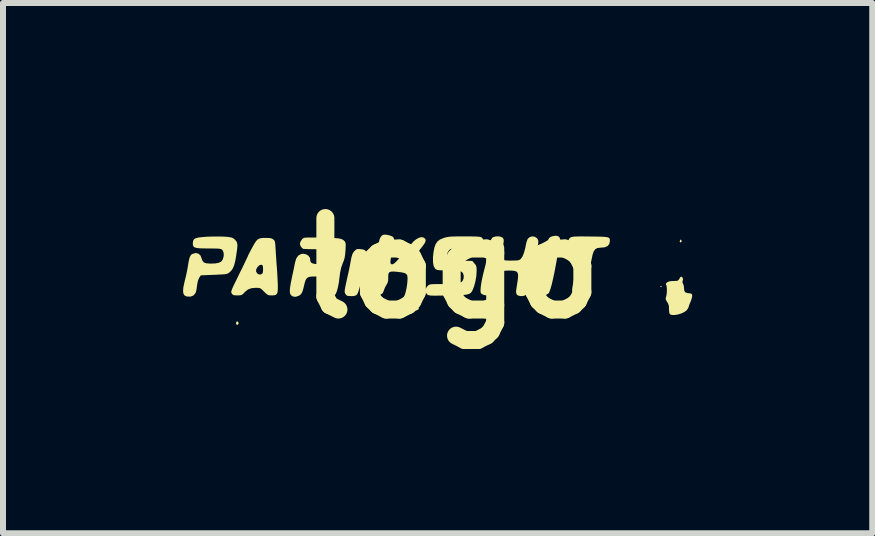
<source format=kicad_pcb>
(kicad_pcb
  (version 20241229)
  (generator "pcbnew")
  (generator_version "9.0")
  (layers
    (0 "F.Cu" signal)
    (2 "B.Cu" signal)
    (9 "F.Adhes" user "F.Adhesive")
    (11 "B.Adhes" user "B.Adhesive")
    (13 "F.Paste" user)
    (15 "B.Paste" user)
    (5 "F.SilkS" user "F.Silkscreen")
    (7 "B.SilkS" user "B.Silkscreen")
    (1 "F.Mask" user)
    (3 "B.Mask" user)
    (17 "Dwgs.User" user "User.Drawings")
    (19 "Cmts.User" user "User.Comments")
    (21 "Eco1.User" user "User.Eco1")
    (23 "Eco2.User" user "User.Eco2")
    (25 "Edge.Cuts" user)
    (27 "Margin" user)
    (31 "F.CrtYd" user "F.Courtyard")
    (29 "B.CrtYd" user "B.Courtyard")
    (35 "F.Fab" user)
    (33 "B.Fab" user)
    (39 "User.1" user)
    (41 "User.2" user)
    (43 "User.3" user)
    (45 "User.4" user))
  (footprint "logo"
    (layer "F.Cu")
    (at 4.476 1.418)
    (property "Reference" "logo" (at 0 0 0) (layer "F.SilkS") (effects (font (size 1.524 1.524) (thickness 0.3))))
    (attr board_only exclude_from_pos_files exclude_from_bom)
    (fp_poly (pts (xy 3.486 0.298) (xy 3.504 0.308) (xy 3.501 0.315) (xy 3.494 0.315) (xy 3.477 0.306) (xy 3.475 0.303) (xy 3.477 0.296)) (stroke (width 0) (type solid)) (fill yes) (layer "F.SilkS"))
    (fp_poly (pts (xy 3.821 -0.473) (xy 3.833 -0.455) (xy 3.829 -0.437) (xy 3.814 -0.429) (xy 3.799 -0.436) (xy 3.801 -0.449) (xy 3.808 -0.469) (xy 3.809 -0.475) (xy 3.817 -0.475)) (stroke (width 0) (type solid)) (fill yes) (layer "F.SilkS"))
    (fp_poly (pts (xy -3.564 0.889) (xy -3.552 0.905) (xy -3.552 0.928) (xy -3.553 0.929) (xy -3.568 0.945) (xy -3.585 0.942) (xy -3.594 0.922) (xy -3.594 0.921) (xy -3.588 0.897) (xy -3.58 0.888)) (stroke (width 0) (type solid)) (fill yes) (layer "F.SilkS"))
    (fp_poly (pts (xy -0.563 0.648) (xy -0.546 0.663) (xy -0.553 0.685) (xy -0.555 0.688) (xy -0.579 0.702) (xy -0.609 0.706) (xy -0.634 0.699) (xy -0.635 0.698) (xy -0.642 0.679) (xy -0.643 0.666) (xy -0.637 0.65) (xy -0.615 0.644) (xy -0.6 0.643)) (stroke (width 0) (type solid)) (fill yes) (layer "F.SilkS"))
    (fp_poly (pts (xy 1.776 -0.532) (xy 1.802 -0.505) (xy 1.81 -0.458) (xy 1.801 -0.394) (xy 1.8 -0.389) (xy 1.788 -0.338) (xy 1.775 -0.275) (xy 1.763 -0.209) (xy 1.76 -0.189) (xy 1.736 -0.055) (xy 1.713 0.066) (xy 1.69 0.174) (xy 1.669 0.265) (xy 1.649 0.337) (xy 1.631 0.389) (xy 1.617 0.418) (xy 1.615 0.419) (xy 1.573 0.447) (xy 1.523 0.456) (xy 1.478 0.445) (xy 1.45 0.426) (xy 1.434 0.404) (xy 1.434 0.403) (xy 1.433 0.375) (xy 1.44 0.323) (xy 1.453 0.248) (xy 1.474 0.149) (xy 1.495 0.057) (xy 1.518 -0.045) (xy 1.537 -0.127) (xy 1.551 -0.194) (xy 1.563 -0.25) (xy 1.572 -0.3) (xy 1.58 -0.349) (xy 1.582 -0.36) (xy 1.594 -0.426) (xy 1.607 -0.471) (xy 1.623 -0.5) (xy 1.645 -0.519) (xy 1.676 -0.531) (xy 1.735 -0.541)) (stroke (width 0) (type solid)) (fill yes) (layer "F.SilkS"))
    (fp_poly (pts (xy -1.514 -0.316) (xy -1.471 -0.31) (xy -1.446 -0.299) (xy -1.43 -0.281) (xy -1.428 -0.277) (xy -1.418 -0.24) (xy -1.417 -0.186) (xy -1.425 -0.125) (xy -1.44 -0.063) (xy -1.444 -0.05) (xy -1.459 -0.001) (xy -1.473 0.053) (xy -1.476 0.069) (xy -1.496 0.165) (xy -1.515 0.251) (xy -1.535 0.326) (xy -1.553 0.385) (xy -1.569 0.425) (xy -1.578 0.44) (xy -1.601 0.457) (xy -1.634 0.465) (xy -1.668 0.466) (xy -1.709 0.465) (xy -1.739 0.46) (xy -1.748 0.457) (xy -1.764 0.439) (xy -1.776 0.42) (xy -1.781 0.409) (xy -1.783 0.394) (xy -1.782 0.373) (xy -1.778 0.342) (xy -1.77 0.299) (xy -1.757 0.239) (xy -1.74 0.161) (xy -1.722 0.082) (xy -1.712 0.035) (xy -1.699 -0.027) (xy -1.687 -0.092) (xy -1.682 -0.119) (xy -1.67 -0.18) (xy -1.658 -0.222) (xy -1.645 -0.252) (xy -1.628 -0.276) (xy -1.621 -0.284) (xy -1.597 -0.307) (xy -1.576 -0.317) (xy -1.547 -0.319)) (stroke (width 0) (type solid)) (fill yes) (layer "F.SilkS"))
    (fp_poly (pts (xy 3.842 0.152) (xy 3.847 0.158) (xy 3.856 0.183) (xy 3.85 0.206) (xy 3.844 0.236) (xy 3.854 0.258) (xy 3.866 0.286) (xy 3.871 0.325) (xy 3.872 0.335) (xy 3.876 0.378) (xy 3.893 0.402) (xy 3.926 0.415) (xy 3.954 0.418) (xy 3.987 0.423) (xy 4.003 0.435) (xy 4.008 0.455) (xy 4.005 0.484) (xy 3.993 0.526) (xy 3.98 0.561) (xy 3.963 0.602) (xy 3.951 0.635) (xy 3.947 0.651) (xy 3.939 0.67) (xy 3.919 0.697) (xy 3.913 0.704) (xy 3.877 0.731) (xy 3.829 0.754) (xy 3.775 0.771) (xy 3.722 0.78) (xy 3.675 0.781) (xy 3.642 0.772) (xy 3.634 0.765) (xy 3.626 0.743) (xy 3.622 0.706) (xy 3.621 0.68) (xy 3.619 0.63) (xy 3.607 0.592) (xy 3.59 0.563) (xy 3.57 0.53) (xy 3.565 0.506) (xy 3.571 0.482) (xy 3.58 0.447) (xy 3.585 0.401) (xy 3.586 0.353) (xy 3.583 0.311) (xy 3.577 0.282) (xy 3.573 0.276) (xy 3.567 0.262) (xy 3.58 0.244) (xy 3.588 0.238) (xy 3.617 0.223) (xy 3.661 0.215) (xy 3.695 0.214) (xy 3.738 0.213) (xy 3.764 0.209) (xy 3.78 0.197) (xy 3.794 0.177) (xy 3.812 0.148) (xy 3.826 0.141)) (stroke (width 0) (type solid)) (fill yes) (layer "F.SilkS"))
    (fp_poly (pts (xy 2.242 -0.528) (xy 2.33 -0.527) (xy 2.426 -0.526) (xy 2.499 -0.524) (xy 2.552 -0.521) (xy 2.59 -0.516) (xy 2.614 -0.509) (xy 2.628 -0.498) (xy 2.634 -0.483) (xy 2.636 -0.463) (xy 2.636 -0.45) (xy 2.626 -0.402) (xy 2.597 -0.367) (xy 2.548 -0.347) (xy 2.478 -0.341) (xy 2.477 -0.341) (xy 2.429 -0.335) (xy 2.393 -0.316) (xy 2.367 -0.281) (xy 2.348 -0.225) (xy 2.339 -0.183) (xy 2.326 -0.119) (xy 2.31 -0.051) (xy 2.295 0.006) (xy 2.28 0.068) (xy 2.265 0.136) (xy 2.257 0.183) (xy 2.248 0.234) (xy 2.239 0.279) (xy 2.232 0.309) (xy 2.222 0.349) (xy 2.214 0.381) (xy 2.195 0.414) (xy 2.16 0.439) (xy 2.116 0.452) (xy 2.072 0.453) (xy 2.035 0.439) (xy 2.026 0.431) (xy 2.014 0.413) (xy 2.008 0.39) (xy 2.007 0.357) (xy 2.013 0.311) (xy 2.025 0.247) (xy 2.036 0.197) (xy 2.049 0.134) (xy 2.061 0.074) (xy 2.071 0.025) (xy 2.075 0) (xy 2.082 -0.041) (xy 2.094 -0.095) (xy 2.107 -0.151) (xy 2.107 -0.153) (xy 2.124 -0.228) (xy 2.131 -0.282) (xy 2.129 -0.319) (xy 2.117 -0.342) (xy 2.099 -0.353) (xy 2.061 -0.363) (xy 2.031 -0.366) (xy 1.979 -0.373) (xy 1.947 -0.394) (xy 1.937 -0.427) (xy 1.949 -0.472) (xy 1.949 -0.473) (xy 1.958 -0.49) (xy 1.97 -0.504) (xy 1.985 -0.514) (xy 2.009 -0.521) (xy 2.044 -0.526) (xy 2.092 -0.528) (xy 2.157 -0.529)) (stroke (width 0) (type solid)) (fill yes) (layer "F.SilkS"))
    (fp_poly (pts (xy -3.037 -0.502) (xy -3.001 -0.495) (xy -2.974 -0.48) (xy -2.973 -0.479) (xy -2.96 -0.467) (xy -2.95 -0.453) (xy -2.944 -0.431) (xy -2.939 -0.397) (xy -2.936 -0.346) (xy -2.933 -0.3) (xy -2.928 -0.22) (xy -2.922 -0.131) (xy -2.916 -0.045) (xy -2.912 0) (xy -2.907 0.077) (xy -2.902 0.164) (xy -2.898 0.246) (xy -2.897 0.282) (xy -2.897 0.351) (xy -2.901 0.398) (xy -2.912 0.429) (xy -2.932 0.445) (xy -2.963 0.453) (xy -3.004 0.454) (xy -3.038 0.453) (xy -3.064 0.445) (xy -3.088 0.428) (xy -3.121 0.397) (xy -3.127 0.391) (xy -3.16 0.358) (xy -3.184 0.339) (xy -3.209 0.33) (xy -3.243 0.328) (xy -3.265 0.328) (xy -3.336 0.334) (xy -3.393 0.355) (xy -3.442 0.393) (xy -3.458 0.411) (xy -3.482 0.435) (xy -3.504 0.448) (xy -3.534 0.453) (xy -3.57 0.454) (xy -3.614 0.453) (xy -3.64 0.447) (xy -3.656 0.434) (xy -3.664 0.423) (xy -3.67 0.413) (xy -3.673 0.402) (xy -3.672 0.386) (xy -3.665 0.364) (xy -3.653 0.333) (xy -3.633 0.289) (xy -3.604 0.23) (xy -3.566 0.152) (xy -3.539 0.096) (xy -3.516 0.049) (xy -3.26 0.049) (xy -3.259 0.056) (xy -3.24 0.088) (xy -3.21 0.105) (xy -3.178 0.105) (xy -3.151 0.085) (xy -3.15 0.083) (xy -3.145 0.063) (xy -3.143 0.028) (xy -3.143 0.006) (xy -3.146 -0.031) (xy -3.153 -0.05) (xy -3.167 -0.056) (xy -3.178 -0.057) (xy -3.207 -0.046) (xy -3.235 -0.019) (xy -3.255 0.016) (xy -3.26 0.049) (xy -3.516 0.049) (xy -3.499 0.016) (xy -3.464 -0.056) (xy -3.435 -0.118) (xy -3.412 -0.166) (xy -3.397 -0.197) (xy -3.393 -0.209) (xy -3.387 -0.222) (xy -3.371 -0.253) (xy -3.348 -0.297) (xy -3.321 -0.347) (xy -3.286 -0.41) (xy -3.257 -0.453) (xy -3.229 -0.481) (xy -3.196 -0.496) (xy -3.154 -0.503) (xy -3.097 -0.504) (xy -3.09 -0.504)) (stroke (width 0) (type solid)) (fill yes) (layer "F.SilkS"))
    (fp_poly (pts (xy -3.805 -0.526) (xy -3.736 -0.521) (xy -3.709 -0.518) (xy -3.661 -0.508) (xy -3.628 -0.49) (xy -3.605 -0.468) (xy -3.588 -0.447) (xy -3.577 -0.425) (xy -3.571 -0.399) (xy -3.571 -0.362) (xy -3.576 -0.311) (xy -3.586 -0.241) (xy -3.589 -0.216) (xy -3.605 -0.125) (xy -3.622 -0.056) (xy -3.643 -0.003) (xy -3.667 0.036) (xy -3.697 0.066) (xy -3.714 0.079) (xy -3.73 0.089) (xy -3.75 0.096) (xy -3.777 0.101) (xy -3.817 0.104) (xy -3.873 0.107) (xy -3.949 0.111) (xy -3.961 0.111) (xy -4.18 0.12) (xy -4.207 0.16) (xy -4.229 0.211) (xy -4.242 0.285) (xy -4.243 0.292) (xy -4.25 0.343) (xy -4.259 0.387) (xy -4.269 0.416) (xy -4.269 0.416) (xy -4.302 0.455) (xy -4.35 0.474) (xy -4.409 0.473) (xy -4.42 0.47) (xy -4.451 0.455) (xy -4.47 0.425) (xy -4.476 0.379) (xy -4.47 0.315) (xy -4.452 0.231) (xy -4.445 0.202) (xy -4.427 0.13) (xy -4.41 0.049) (xy -4.396 -0.026) (xy -4.394 -0.041) (xy -4.382 -0.114) (xy -4.37 -0.165) (xy -4.357 -0.2) (xy -4.341 -0.223) (xy -4.32 -0.237) (xy -4.318 -0.238) (xy -4.265 -0.252) (xy -4.22 -0.242) (xy -4.185 -0.21) (xy -4.165 -0.159) (xy -4.165 -0.158) (xy -4.152 -0.12) (xy -4.128 -0.095) (xy -4.089 -0.081) (xy -4.03 -0.076) (xy -4.011 -0.076) (xy -3.934 -0.079) (xy -3.879 -0.09) (xy -3.841 -0.109) (xy -3.818 -0.138) (xy -3.814 -0.146) (xy -3.798 -0.202) (xy -3.799 -0.254) (xy -3.815 -0.295) (xy -3.821 -0.303) (xy -3.833 -0.312) (xy -3.847 -0.319) (xy -3.87 -0.323) (xy -3.903 -0.326) (xy -3.953 -0.327) (xy -4.022 -0.328) (xy -4.052 -0.328) (xy -4.14 -0.329) (xy -4.205 -0.331) (xy -4.252 -0.337) (xy -4.283 -0.346) (xy -4.302 -0.361) (xy -4.311 -0.381) (xy -4.313 -0.409) (xy -4.313 -0.415) (xy -4.309 -0.453) (xy -4.294 -0.48) (xy -4.264 -0.499) (xy -4.215 -0.511) (xy -4.152 -0.518) (xy -4.069 -0.524) (xy -3.979 -0.527) (xy -3.889 -0.527)) (stroke (width 0) (type solid)) (fill yes) (layer "F.SilkS"))
    (fp_poly (pts (xy -2.266 -0.51) (xy -2.19 -0.509) (xy -2.112 -0.507) (xy -2.038 -0.505) (xy -1.971 -0.502) (xy -1.917 -0.499) (xy -1.893 -0.497) (xy -1.841 -0.487) (xy -1.805 -0.468) (xy -1.794 -0.458) (xy -1.779 -0.442) (xy -1.771 -0.427) (xy -1.766 -0.405) (xy -1.766 -0.372) (xy -1.768 -0.321) (xy -1.769 -0.298) (xy -1.775 -0.229) (xy -1.783 -0.175) (xy -1.797 -0.127) (xy -1.816 -0.079) (xy -1.842 -0.005) (xy -1.859 0.075) (xy -1.867 0.136) (xy -1.879 0.234) (xy -1.895 0.319) (xy -1.913 0.385) (xy -1.932 0.431) (xy -1.935 0.435) (xy -1.965 0.461) (xy -2.008 0.476) (xy -2.052 0.474) (xy -2.056 0.473) (xy -2.088 0.45) (xy -2.107 0.41) (xy -2.11 0.354) (xy -2.106 0.327) (xy -2.095 0.256) (xy -2.095 0.205) (xy -2.108 0.172) (xy -2.137 0.151) (xy -2.186 0.142) (xy -2.257 0.139) (xy -2.265 0.139) (xy -2.332 0.14) (xy -2.379 0.147) (xy -2.41 0.164) (xy -2.431 0.193) (xy -2.447 0.239) (xy -2.458 0.284) (xy -2.474 0.35) (xy -2.489 0.396) (xy -2.506 0.427) (xy -2.527 0.448) (xy -2.547 0.46) (xy -2.6 0.478) (xy -2.647 0.472) (xy -2.675 0.452) (xy -2.688 0.434) (xy -2.696 0.407) (xy -2.697 0.37) (xy -2.692 0.319) (xy -2.681 0.25) (xy -2.663 0.161) (xy -2.657 0.132) (xy -2.642 0.065) (xy -2.628 -0.002) (xy -2.617 -0.059) (xy -2.61 -0.094) (xy -2.589 -0.163) (xy -2.556 -0.209) (xy -2.511 -0.235) (xy -2.472 -0.24) (xy -2.424 -0.23) (xy -2.386 -0.206) (xy -2.362 -0.171) (xy -2.358 -0.148) (xy -2.355 -0.115) (xy -2.341 -0.092) (xy -2.313 -0.077) (xy -2.267 -0.069) (xy -2.204 -0.065) (xy -2.147 -0.064) (xy -2.11 -0.065) (xy -2.085 -0.069) (xy -2.066 -0.078) (xy -2.05 -0.091) (xy -2.021 -0.131) (xy -2.007 -0.182) (xy -2.009 -0.235) (xy -2.029 -0.28) (xy -2.03 -0.281) (xy -2.058 -0.315) (xy -2.257 -0.315) (xy -2.327 -0.316) (xy -2.389 -0.317) (xy -2.438 -0.319) (xy -2.469 -0.322) (xy -2.478 -0.323) (xy -2.497 -0.339) (xy -2.517 -0.367) (xy -2.517 -0.368) (xy -2.528 -0.395) (xy -2.528 -0.417) (xy -2.515 -0.448) (xy -2.514 -0.451) (xy -2.488 -0.488) (xy -2.459 -0.506) (xy -2.437 -0.508) (xy -2.394 -0.51) (xy -2.335 -0.51)) (stroke (width 0) (type solid)) (fill yes) (layer "F.SilkS"))
    (fp_poly (pts (xy 0.821 -0.522) (xy 0.85 -0.506) (xy 0.851 -0.505) (xy 0.861 -0.49) (xy 0.867 -0.473) (xy 0.867 -0.447) (xy 0.862 -0.409) (xy 0.852 -0.355) (xy 0.839 -0.296) (xy 0.828 -0.243) (xy 0.822 -0.207) (xy 0.822 -0.185) (xy 0.829 -0.169) (xy 0.842 -0.154) (xy 0.845 -0.151) (xy 0.86 -0.14) (xy 0.88 -0.132) (xy 0.911 -0.128) (xy 0.958 -0.126) (xy 0.996 -0.126) (xy 1.054 -0.127) (xy 1.094 -0.129) (xy 1.12 -0.134) (xy 1.139 -0.144) (xy 1.152 -0.154) (xy 1.18 -0.194) (xy 1.205 -0.257) (xy 1.228 -0.343) (xy 1.235 -0.384) (xy 1.246 -0.43) (xy 1.259 -0.469) (xy 1.268 -0.488) (xy 1.301 -0.518) (xy 1.343 -0.529) (xy 1.386 -0.523) (xy 1.423 -0.497) (xy 1.427 -0.492) (xy 1.439 -0.47) (xy 1.444 -0.447) (xy 1.442 -0.412) (xy 1.438 -0.385) (xy 1.402 -0.192) (xy 1.365 -0.032) (xy 1.351 0.024) (xy 1.336 0.094) (xy 1.321 0.168) (xy 1.311 0.221) (xy 1.294 0.303) (xy 1.279 0.363) (xy 1.264 0.406) (xy 1.248 0.434) (xy 1.228 0.451) (xy 1.224 0.454) (xy 1.187 0.465) (xy 1.144 0.465) (xy 1.107 0.456) (xy 1.092 0.447) (xy 1.081 0.432) (xy 1.075 0.414) (xy 1.073 0.386) (xy 1.078 0.345) (xy 1.087 0.286) (xy 1.092 0.255) (xy 1.103 0.183) (xy 1.107 0.13) (xy 1.104 0.095) (xy 1.094 0.071) (xy 1.075 0.055) (xy 1.072 0.053) (xy 1.042 0.045) (xy 0.997 0.041) (xy 0.943 0.04) (xy 0.888 0.043) (xy 0.841 0.049) (xy 0.808 0.058) (xy 0.801 0.063) (xy 0.783 0.084) (xy 0.765 0.119) (xy 0.747 0.17) (xy 0.728 0.241) (xy 0.718 0.283) (xy 0.703 0.344) (xy 0.689 0.386) (xy 0.674 0.413) (xy 0.659 0.429) (xy 0.615 0.449) (xy 0.564 0.453) (xy 0.517 0.44) (xy 0.506 0.433) (xy 0.49 0.42) (xy 0.482 0.404) (xy 0.48 0.378) (xy 0.483 0.334) (xy 0.483 0.329) (xy 0.488 0.283) (xy 0.496 0.233) (xy 0.508 0.174) (xy 0.524 0.101) (xy 0.547 0.011) (xy 0.556 -0.025) (xy 0.568 -0.075) (xy 0.582 -0.142) (xy 0.597 -0.215) (xy 0.611 -0.287) (xy 0.626 -0.365) (xy 0.639 -0.422) (xy 0.651 -0.462) (xy 0.663 -0.488) (xy 0.676 -0.505) (xy 0.693 -0.517) (xy 0.693 -0.517) (xy 0.732 -0.528) (xy 0.778 -0.53)) (stroke (width 0) (type solid)) (fill yes) (layer "F.SilkS"))
    (fp_poly (pts (xy 0.3 -0.529) (xy 0.37 -0.528) (xy 0.421 -0.526) (xy 0.457 -0.523) (xy 0.482 -0.519) (xy 0.497 -0.513) (xy 0.502 -0.51) (xy 0.524 -0.481) (xy 0.53 -0.441) (xy 0.521 -0.4) (xy 0.499 -0.363) (xy 0.471 -0.342) (xy 0.446 -0.337) (xy 0.399 -0.332) (xy 0.332 -0.329) (xy 0.248 -0.328) (xy 0.213 -0.328) (xy 0.132 -0.328) (xy 0.073 -0.327) (xy 0.031 -0.326) (xy 0.002 -0.323) (xy -0.017 -0.318) (xy -0.03 -0.31) (xy -0.042 -0.3) (xy -0.045 -0.297) (xy -0.069 -0.257) (xy -0.076 -0.21) (xy -0.063 -0.165) (xy -0.058 -0.157) (xy -0.048 -0.147) (xy -0.034 -0.14) (xy -0.01 -0.135) (xy 0.027 -0.132) (xy 0.081 -0.129) (xy 0.151 -0.126) (xy 0.343 -0.12) (xy 0.379 -0.079) (xy 0.4 -0.053) (xy 0.411 -0.028) (xy 0.415 0.005) (xy 0.416 0.047) (xy 0.411 0.132) (xy 0.395 0.223) (xy 0.372 0.307) (xy 0.349 0.365) (xy 0.336 0.389) (xy 0.321 0.409) (xy 0.301 0.424) (xy 0.273 0.435) (xy 0.235 0.443) (xy 0.183 0.448) (xy 0.115 0.452) (xy 0.027 0.454) (xy -0.078 0.456) (xy -0.173 0.457) (xy -0.247 0.458) (xy -0.302 0.458) (xy -0.342 0.457) (xy -0.369 0.454) (xy -0.387 0.45) (xy -0.399 0.444) (xy -0.409 0.436) (xy -0.414 0.431) (xy -0.436 0.395) (xy -0.435 0.353) (xy -0.414 0.311) (xy -0.397 0.293) (xy -0.384 0.283) (xy -0.369 0.275) (xy -0.349 0.27) (xy -0.319 0.267) (xy -0.275 0.266) (xy -0.214 0.265) (xy -0.147 0.265) (xy -0.049 0.264) (xy 0.028 0.261) (xy 0.086 0.255) (xy 0.128 0.246) (xy 0.158 0.234) (xy 0.177 0.218) (xy 0.182 0.211) (xy 0.199 0.171) (xy 0.201 0.125) (xy 0.188 0.084) (xy 0.175 0.068) (xy 0.162 0.059) (xy 0.145 0.052) (xy 0.118 0.047) (xy 0.078 0.044) (xy 0.021 0.042) (xy -0.05 0.04) (xy -0.126 0.038) (xy -0.18 0.036) (xy -0.218 0.033) (xy -0.242 0.029) (xy -0.259 0.022) (xy -0.271 0.013) (xy -0.276 0.007) (xy -0.3 -0.034) (xy -0.311 -0.097) (xy -0.312 -0.179) (xy -0.303 -0.263) (xy -0.288 -0.342) (xy -0.267 -0.401) (xy -0.238 -0.444) (xy -0.197 -0.476) (xy -0.14 -0.5) (xy -0.138 -0.501) (xy -0.109 -0.51) (xy -0.079 -0.517) (xy -0.047 -0.522) (xy -0.006 -0.526) (xy 0.047 -0.528) (xy 0.116 -0.529) (xy 0.206 -0.529) (xy 0.208 -0.529)) (stroke (width 0) (type solid)) (fill yes) (layer "F.SilkS"))
    (fp_poly (pts (xy -1.087 -0.557) (xy -1.071 -0.554) (xy -1.017 -0.54) (xy -0.984 -0.525) (xy -0.966 -0.505) (xy -0.959 -0.474) (xy -0.958 -0.454) (xy -0.962 -0.416) (xy -0.97 -0.362) (xy -0.982 -0.301) (xy -0.99 -0.267) (xy -1.008 -0.191) (xy -1.018 -0.135) (xy -1.021 -0.098) (xy -1.016 -0.075) (xy -1.004 -0.065) (xy -0.991 -0.063) (xy -0.973 -0.069) (xy -0.949 -0.086) (xy -0.915 -0.119) (xy -0.87 -0.169) (xy -0.849 -0.192) (xy -0.806 -0.242) (xy -0.767 -0.287) (xy -0.736 -0.322) (xy -0.718 -0.344) (xy -0.716 -0.346) (xy -0.693 -0.373) (xy -0.668 -0.407) (xy -0.666 -0.411) (xy -0.631 -0.45) (xy -0.587 -0.484) (xy -0.541 -0.508) (xy -0.503 -0.517) (xy -0.469 -0.51) (xy -0.443 -0.491) (xy -0.433 -0.467) (xy -0.434 -0.458) (xy -0.441 -0.436) (xy -0.441 -0.43) (xy -0.449 -0.417) (xy -0.469 -0.388) (xy -0.498 -0.349) (xy -0.53 -0.308) (xy -0.577 -0.245) (xy -0.607 -0.196) (xy -0.62 -0.158) (xy -0.616 -0.13) (xy -0.596 -0.106) (xy -0.561 -0.086) (xy -0.523 -0.064) (xy -0.501 -0.038) (xy -0.491 -0.002) (xy -0.49 0.05) (xy -0.494 0.105) (xy -0.503 0.172) (xy -0.516 0.244) (xy -0.532 0.313) (xy -0.549 0.374) (xy -0.565 0.419) (xy -0.574 0.436) (xy -0.601 0.459) (xy -0.646 0.478) (xy -0.703 0.489) (xy -0.744 0.492) (xy -0.777 0.49) (xy -0.79 0.484) (xy -0.789 0.471) (xy -0.789 0.47) (xy -0.77 0.411) (xy -0.753 0.339) (xy -0.741 0.263) (xy -0.736 0.221) (xy -0.733 0.165) (xy -0.738 0.125) (xy -0.755 0.098) (xy -0.786 0.081) (xy -0.836 0.07) (xy -0.9 0.062) (xy -0.966 0.056) (xy -1.01 0.058) (xy -1.038 0.068) (xy -1.052 0.089) (xy -1.057 0.125) (xy -1.057 0.164) (xy -1.059 0.213) (xy -1.071 0.251) (xy -1.089 0.282) (xy -1.111 0.322) (xy -1.127 0.362) (xy -1.13 0.373) (xy -1.149 0.417) (xy -1.186 0.443) (xy -1.241 0.452) (xy -1.258 0.452) (xy -1.298 0.446) (xy -1.324 0.432) (xy -1.338 0.408) (xy -1.34 0.368) (xy -1.332 0.311) (xy -1.323 0.264) (xy -1.298 0.149) (xy -1.279 0.055) (xy -1.264 -0.02) (xy -1.253 -0.079) (xy -1.245 -0.126) (xy -1.24 -0.162) (xy -1.237 -0.192) (xy -1.236 -0.218) (xy -1.233 -0.282) (xy -1.226 -0.349) (xy -1.216 -0.414) (xy -1.204 -0.469) (xy -1.191 -0.507) (xy -1.19 -0.507) (xy -1.165 -0.542) (xy -1.133 -0.558)) (stroke (width 0) (type solid)) (fill yes) (layer "F.SilkS")))
  (gr_rect
    (start -3 -3)
    (end 11.484 5.836)
    (stroke (width 0.1) (type default))
    (fill no)
    (layer "Edge.Cuts")))
</source>
